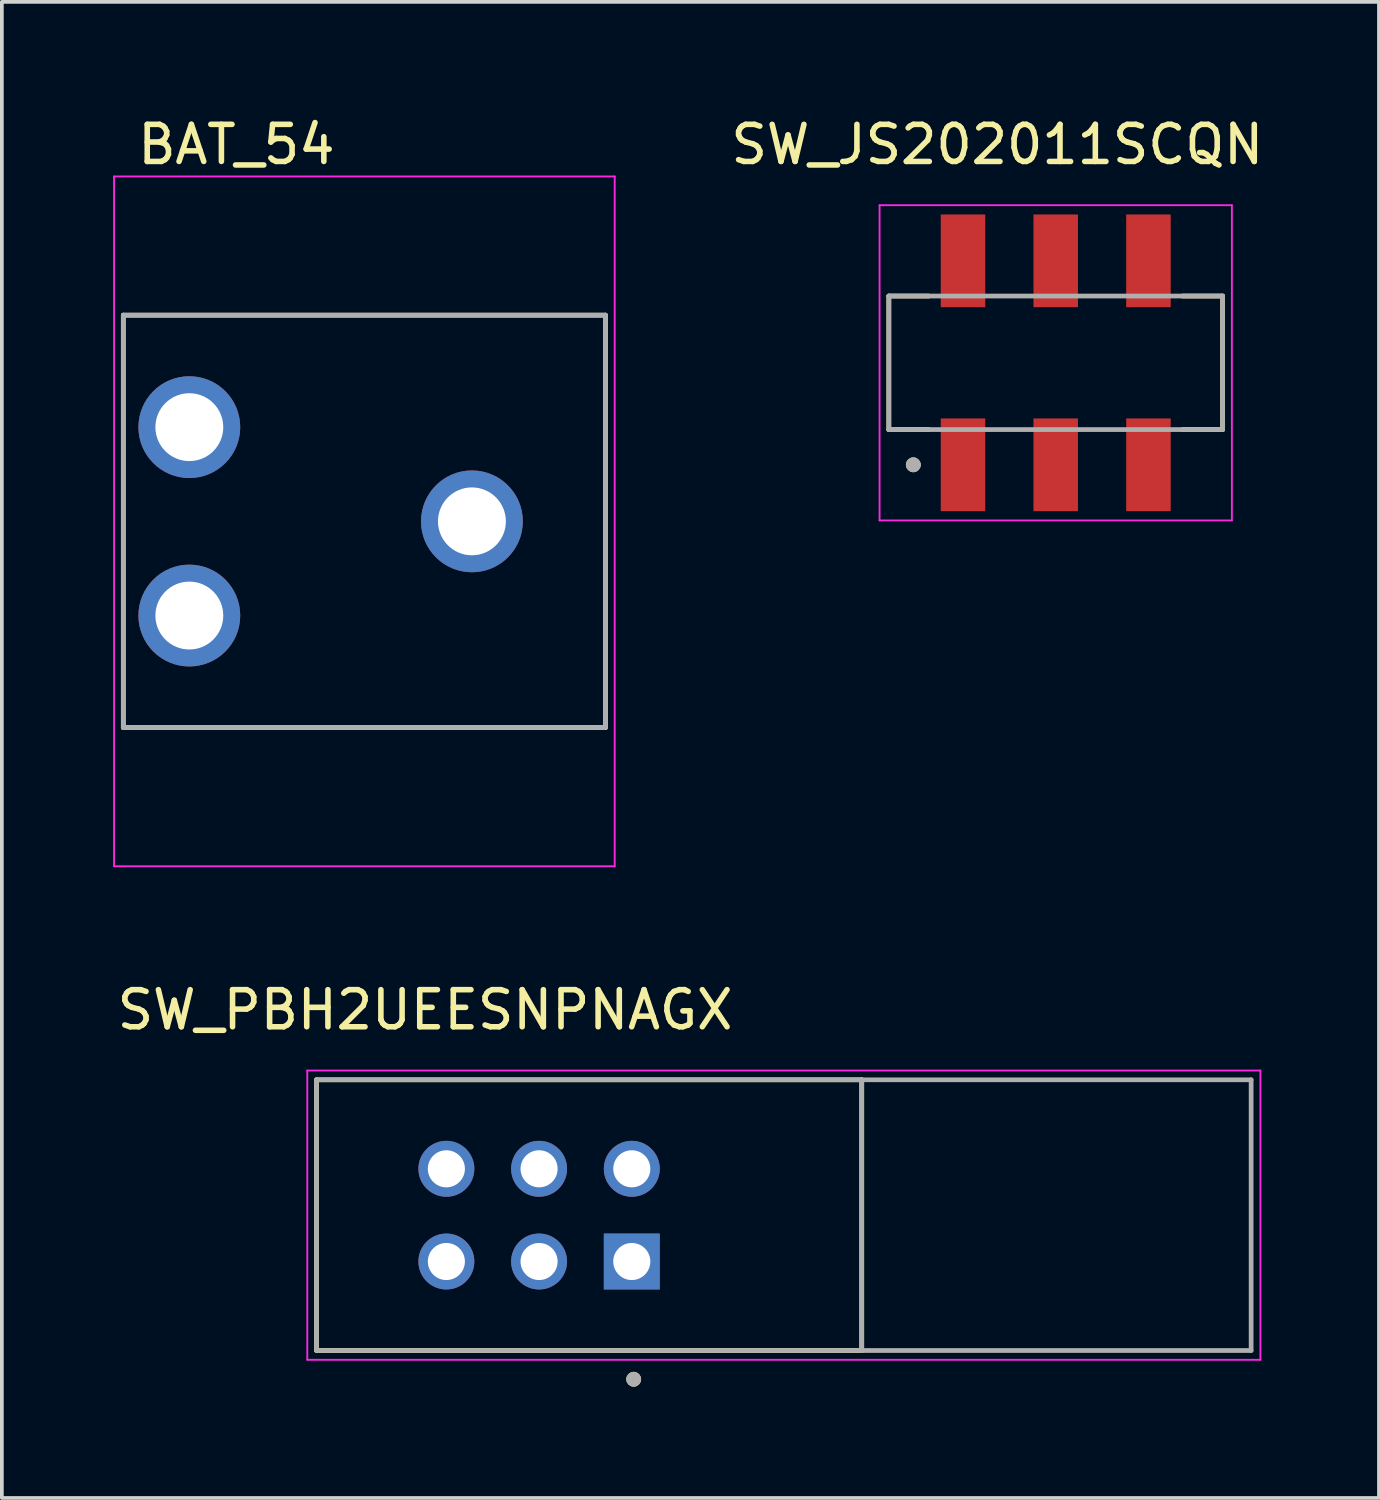
<source format=kicad_pcb>
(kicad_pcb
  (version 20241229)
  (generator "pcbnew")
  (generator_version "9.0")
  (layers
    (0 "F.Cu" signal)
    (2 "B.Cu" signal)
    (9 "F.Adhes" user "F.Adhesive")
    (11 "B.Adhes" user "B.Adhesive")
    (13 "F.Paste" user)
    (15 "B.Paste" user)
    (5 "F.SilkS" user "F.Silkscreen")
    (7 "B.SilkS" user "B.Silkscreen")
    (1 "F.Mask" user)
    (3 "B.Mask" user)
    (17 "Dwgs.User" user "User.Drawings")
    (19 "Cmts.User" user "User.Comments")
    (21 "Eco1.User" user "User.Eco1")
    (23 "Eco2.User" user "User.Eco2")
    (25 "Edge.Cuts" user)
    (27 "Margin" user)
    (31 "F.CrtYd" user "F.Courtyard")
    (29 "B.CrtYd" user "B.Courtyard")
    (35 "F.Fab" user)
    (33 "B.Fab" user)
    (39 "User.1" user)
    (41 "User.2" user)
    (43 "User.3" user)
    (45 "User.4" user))
  (footprint "SW_PBH2UEESNPNAGX"
    (layer "F.Cu")
    (at 13.986 30.966)
    (property "Reference" "SW_PBH2UEESNPNAGX" (at -5.575 -6.785 0) (layer "F.SilkS") (effects (font (size 1 1) (thickness 0.15))))
    (attr through_hole)
    (fp_line (start -8.5 -4.9) (end -8.5 2.4) (stroke (width 0.127) (type solid)) (layer "F.SilkS"))
    (fp_line (start -8.5 2.4) (end 6.2 2.4) (stroke (width 0.127) (type solid)) (layer "F.SilkS"))
    (fp_line (start 6.2 -4.9) (end -8.5 -4.9) (stroke (width 0.127) (type solid)) (layer "F.SilkS"))
    (fp_line (start 6.2 2.4) (end 6.2 -4.9) (stroke (width 0.127) (type solid)) (layer "F.SilkS"))
    (fp_circle (center 0.051 3.175) (end 0.151 3.175) (stroke (width 0.2) (type solid)) (fill no) (layer "F.SilkS"))
    (fp_line (start -8.75 -5.15) (end -8.75 2.65) (stroke (width 0.05) (type solid)) (layer "F.CrtYd"))
    (fp_line (start -8.75 2.65) (end 16.95 2.65) (stroke (width 0.05) (type solid)) (layer "F.CrtYd"))
    (fp_line (start 16.95 -5.15) (end -8.75 -5.15) (stroke (width 0.05) (type solid)) (layer "F.CrtYd"))
    (fp_line (start 16.95 2.65) (end 16.95 -5.15) (stroke (width 0.05) (type solid)) (layer "F.CrtYd"))
    (fp_line (start -8.5 -4.9) (end -8.5 2.4) (stroke (width 0.127) (type solid)) (layer "F.Fab"))
    (fp_line (start -8.5 2.4) (end 6.2 2.4) (stroke (width 0.127) (type solid)) (layer "F.Fab"))
    (fp_line (start 6.2 -4.9) (end -8.5 -4.9) (stroke (width 0.127) (type solid)) (layer "F.Fab"))
    (fp_line (start 6.2 2.4) (end 6.2 -4.9) (stroke (width 0.127) (type solid)) (layer "F.Fab"))
    (fp_line (start 6.2 2.4) (end 16.7 2.4) (stroke (width 0.127) (type solid)) (layer "F.Fab"))
    (fp_line (start 16.7 -4.9) (end 6.2 -4.9) (stroke (width 0.127) (type solid)) (layer "F.Fab"))
    (fp_line (start 16.7 2.4) (end 16.7 -4.9) (stroke (width 0.127) (type solid)) (layer "F.Fab"))
    (fp_circle (center 0.051 3.175) (end 0.151 3.175) (stroke (width 0.2) (type solid)) (fill no) (layer "F.Fab"))
    (pad "1" thru_hole rect (at 0 0) (size 1.508 1.508) (drill 1) (layers "*.Cu" "*.Mask"))
    (pad "2" thru_hole circle (at -2.5 0) (size 1.508 1.508) (drill 1) (layers "*.Cu" "*.Mask"))
    (pad "3" thru_hole circle (at -5 0) (size 1.508 1.508) (drill 1) (layers "*.Cu" "*.Mask"))
    (pad "4" thru_hole circle (at 0 -2.5) (size 1.508 1.508) (drill 1) (layers "*.Cu" "*.Mask"))
    (pad "5" thru_hole circle (at -2.5 -2.5) (size 1.508 1.508) (drill 1) (layers "*.Cu" "*.Mask"))
    (pad "6" thru_hole circle (at -5 -2.5) (size 1.508 1.508) (drill 1) (layers "*.Cu" "*.Mask")))
  (footprint "BAT_54"
    (layer "F.Cu")
    (at 5.865 11.008)
    (property "Reference" "BAT_54" (at -2.54 -10.16 0) (layer "F.SilkS") (effects (font (size 1 1) (thickness 0.15))))
    (attr through_hole)
    (fp_line (start -5.59 -5.56) (end 7.41 -5.56) (stroke (width 0.127) (type solid)) (layer "F.SilkS"))
    (fp_line (start -5.59 5.56) (end -5.59 -5.56) (stroke (width 0.127) (type solid)) (layer "F.SilkS"))
    (fp_line (start 7.41 -5.56) (end 7.41 5.56) (stroke (width 0.127) (type solid)) (layer "F.SilkS"))
    (fp_line (start 7.41 5.56) (end -5.59 5.56) (stroke (width 0.127) (type solid)) (layer "F.SilkS"))
    (fp_line (start -5.84 -9.3) (end 7.66 -9.3) (stroke (width 0.05) (type solid)) (layer "F.CrtYd"))
    (fp_line (start -5.84 9.3) (end -5.84 -9.3) (stroke (width 0.05) (type solid)) (layer "F.CrtYd"))
    (fp_line (start 7.66 -9.3) (end 7.66 9.3) (stroke (width 0.05) (type solid)) (layer "F.CrtYd"))
    (fp_line (start 7.66 9.3) (end -5.84 9.3) (stroke (width 0.05) (type solid)) (layer "F.CrtYd"))
    (fp_line (start -5.59 -5.56) (end 7.41 -5.56) (stroke (width 0.127) (type solid)) (layer "F.Fab"))
    (fp_line (start -5.59 5.56) (end -5.59 -5.56) (stroke (width 0.127) (type solid)) (layer "F.Fab"))
    (fp_line (start 7.41 -5.56) (end 7.41 5.56) (stroke (width 0.127) (type solid)) (layer "F.Fab"))
    (fp_line (start 7.41 5.56) (end -5.59 5.56) (stroke (width 0.127) (type solid)) (layer "F.Fab"))
    (pad "1_1" thru_hole circle (at -3.81 -2.54) (size 2.745 2.745) (drill 1.83) (layers "*.Cu" "*.Mask"))
    (pad "1_2" thru_hole circle (at -3.81 2.54) (size 2.745 2.745) (drill 1.83) (layers "*.Cu" "*.Mask"))
    (pad "1_3" thru_hole circle (at 3.81 0) (size 2.745 2.745) (drill 1.83) (layers "*.Cu" "*.Mask")))
  (footprint "SW_JS202011SCQN"
    (layer "F.Cu")
    (at 25.417 6.733)
    (property "Reference" "SW_JS202011SCQN" (at -1.575 -5.885 0) (layer "F.SilkS") (effects (font (size 1 1) (thickness 0.15))))
    (attr smd)
    (fp_line (start -4.5 -1.8) (end -4.5 1.8) (stroke (width 0.127) (type solid)) (layer "F.SilkS"))
    (fp_line (start -4.5 1.8) (end -3.42 1.8) (stroke (width 0.127) (type solid)) (layer "F.SilkS"))
    (fp_line (start -3.42 -1.8) (end -4.5 -1.8) (stroke (width 0.127) (type solid)) (layer "F.SilkS"))
    (fp_line (start 3.42 1.8) (end 4.5 1.8) (stroke (width 0.127) (type solid)) (layer "F.SilkS"))
    (fp_line (start 4.5 -1.8) (end 3.42 -1.8) (stroke (width 0.127) (type solid)) (layer "F.SilkS"))
    (fp_line (start 4.5 1.8) (end 4.5 -1.8) (stroke (width 0.127) (type solid)) (layer "F.SilkS"))
    (fp_circle (center -3.84 2.75) (end -3.74 2.75) (stroke (width 0.2) (type solid)) (fill no) (layer "F.SilkS"))
    (fp_line (start -4.75 -4.25) (end -4.75 4.25) (stroke (width 0.05) (type solid)) (layer "F.CrtYd"))
    (fp_line (start -4.75 4.25) (end 4.75 4.25) (stroke (width 0.05) (type solid)) (layer "F.CrtYd"))
    (fp_line (start 4.75 -4.25) (end -4.75 -4.25) (stroke (width 0.05) (type solid)) (layer "F.CrtYd"))
    (fp_line (start 4.75 4.25) (end 4.75 -4.25) (stroke (width 0.05) (type solid)) (layer "F.CrtYd"))
    (fp_line (start -4.5 -1.8) (end -4.5 1.8) (stroke (width 0.127) (type solid)) (layer "F.Fab"))
    (fp_line (start -4.5 1.8) (end 4.5 1.8) (stroke (width 0.127) (type solid)) (layer "F.Fab"))
    (fp_line (start 4.5 -1.8) (end -4.5 -1.8) (stroke (width 0.127) (type solid)) (layer "F.Fab"))
    (fp_line (start 4.5 1.8) (end 4.5 -1.8) (stroke (width 0.127) (type solid)) (layer "F.Fab"))
    (fp_circle (center -3.84 2.75) (end -3.74 2.75) (stroke (width 0.2) (type solid)) (fill no) (layer "F.Fab"))
    (pad "1" smd rect (at -2.5 2.75) (size 1.2 2.5) (layers "F.Cu" "F.Mask" "F.Paste"))
    (pad "2" smd rect (at 0 2.75) (size 1.2 2.5) (layers "F.Cu" "F.Mask" "F.Paste"))
    (pad "3" smd rect (at 2.5 2.75) (size 1.2 2.5) (layers "F.Cu" "F.Mask" "F.Paste"))
    (pad "4" smd rect (at -2.5 -2.75) (size 1.2 2.5) (layers "F.Cu" "F.Mask" "F.Paste"))
    (pad "5" smd rect (at 0 -2.75) (size 1.2 2.5) (layers "F.Cu" "F.Mask" "F.Paste"))
    (pad "6" smd rect (at 2.5 -2.75) (size 1.2 2.5) (layers "F.Cu" "F.Mask" "F.Paste")))
  (gr_rect
    (start -3 -3)
    (end 34.133 37.342)
    (stroke (width 0.1) (type default))
    (fill no)
    (layer "Edge.Cuts")))
</source>
